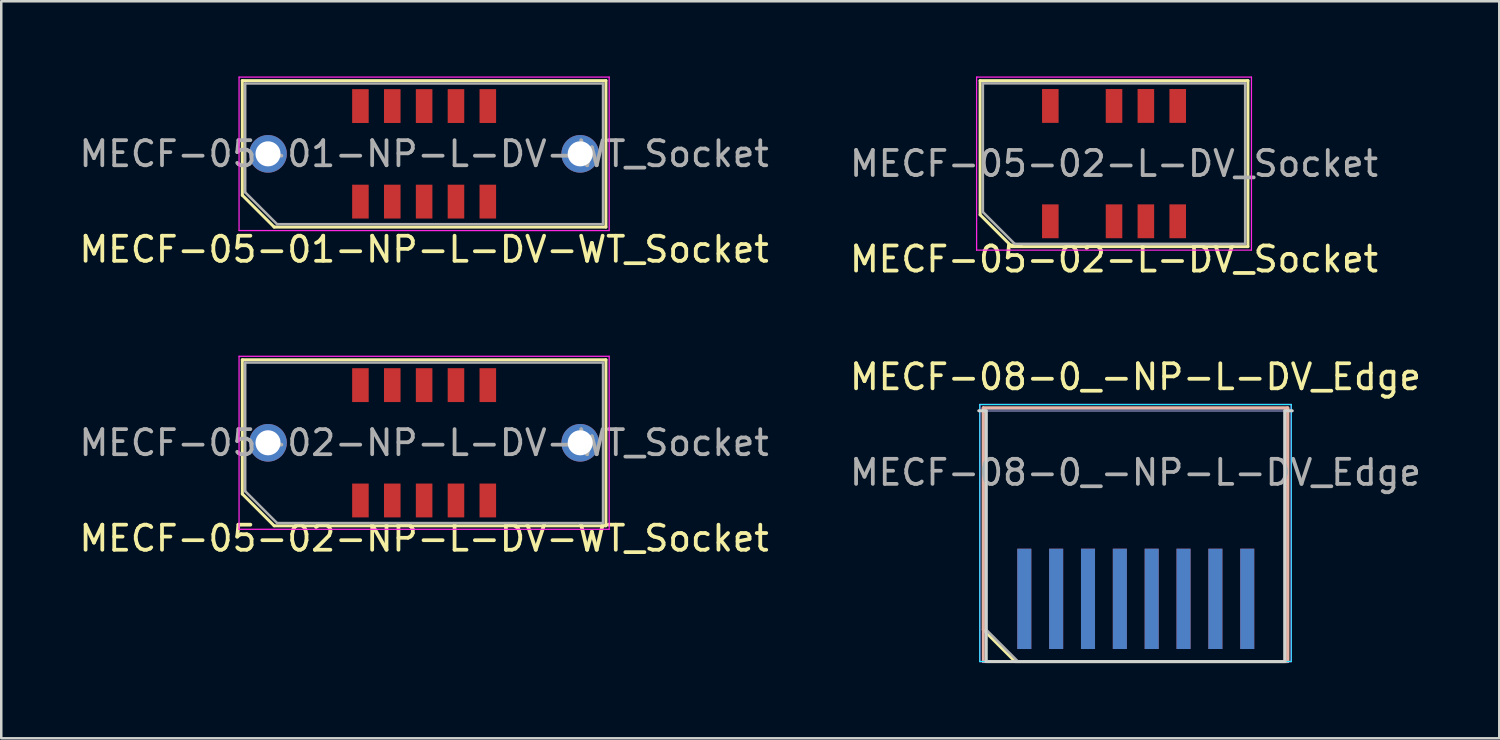
<source format=kicad_pcb>
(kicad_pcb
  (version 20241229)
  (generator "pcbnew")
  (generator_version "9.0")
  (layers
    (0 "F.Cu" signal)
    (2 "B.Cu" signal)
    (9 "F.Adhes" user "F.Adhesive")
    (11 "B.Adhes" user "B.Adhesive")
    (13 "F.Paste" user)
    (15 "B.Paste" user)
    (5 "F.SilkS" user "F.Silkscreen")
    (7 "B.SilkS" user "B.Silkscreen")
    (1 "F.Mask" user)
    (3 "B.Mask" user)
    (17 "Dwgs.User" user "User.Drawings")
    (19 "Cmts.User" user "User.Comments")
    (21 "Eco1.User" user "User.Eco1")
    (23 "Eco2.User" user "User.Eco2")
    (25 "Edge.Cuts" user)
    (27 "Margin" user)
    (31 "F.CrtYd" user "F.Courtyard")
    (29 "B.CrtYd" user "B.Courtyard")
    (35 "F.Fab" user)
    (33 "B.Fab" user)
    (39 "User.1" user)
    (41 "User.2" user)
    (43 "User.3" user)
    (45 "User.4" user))
  (footprint "MECF-05-02-L-DV_Socket"
    (layer "F.Cu")
    (at 41.375 3.475)
    (property "Reference" "MECF-05-02-L-DV_Socket" (at 0 3.81 0) (layer "F.SilkS") (effects (font (size 1 1) (thickness 0.15))))
    (attr smd)
    (fp_line (start -5.34 -3.31) (end 5.34 -3.31) (stroke (width 0.12) (type solid)) (layer "F.SilkS"))
    (fp_line (start -5.34 2.04) (end -5.34 -3.31) (stroke (width 0.12) (type solid)) (layer "F.SilkS"))
    (fp_line (start -4.07 3.31) (end -5.34 2.04) (stroke (width 0.12) (type solid)) (layer "F.SilkS"))
    (fp_line (start -4.07 3.31) (end 5.34 3.31) (stroke (width 0.12) (type solid)) (layer "F.SilkS"))
    (fp_line (start 5.34 3.31) (end 5.34 -3.31) (stroke (width 0.12) (type solid)) (layer "F.SilkS"))
    (fp_line (start -5.48 -3.45) (end -5.48 3.45) (stroke (width 0.05) (type solid)) (layer "F.CrtYd"))
    (fp_line (start -5.48 3.45) (end 5.48 3.45) (stroke (width 0.05) (type solid)) (layer "F.CrtYd"))
    (fp_line (start 5.48 -3.45) (end -5.48 -3.45) (stroke (width 0.05) (type solid)) (layer "F.CrtYd"))
    (fp_line (start 5.48 3.45) (end 5.48 -3.45) (stroke (width 0.05) (type solid)) (layer "F.CrtYd"))
    (fp_line (start -5.23 -3.2) (end 5.23 -3.2) (stroke (width 0.1) (type solid)) (layer "F.Fab"))
    (fp_line (start -5.23 1.93) (end -5.23 -3.2) (stroke (width 0.1) (type solid)) (layer "F.Fab"))
    (fp_line (start -5.23 1.93) (end -3.96 3.2) (stroke (width 0.1) (type solid)) (layer "F.Fab"))
    (fp_line (start -3.96 3.2) (end 5.23 3.2) (stroke (width 0.1) (type solid)) (layer "F.Fab"))
    (fp_line (start 5.23 3.2) (end 5.23 -3.2) (stroke (width 0.1) (type solid)) (layer "F.Fab"))
    (fp_text user "${REFERENCE}" (at 0 0 0) (layer "F.Fab") (effects (font (size 1 1) (thickness 0.15))))
    (pad "" np_thru_hole circle (at -4.32 0) (size 0.001 0.001) (drill 1.45) (layers "*.Cu" "*.Mask"))
    (pad "" np_thru_hole circle (at 4.32 1) (size 0.001 0.001) (drill 1.45) (layers "*.Cu" "*.Mask"))
    (pad "1" smd rect (at -2.54 2.3) (size 0.66 1.35) (layers "F.Cu" "F.Mask" "F.Paste"))
    (pad "2" smd rect (at -2.54 -2.3) (size 0.66 1.35) (layers "F.Cu" "F.Mask" "F.Paste"))
    (pad "5" smd rect (at 0 2.3) (size 0.66 1.35) (layers "F.Cu" "F.Mask" "F.Paste"))
    (pad "6" smd rect (at 0 -2.3) (size 0.66 1.35) (layers "F.Cu" "F.Mask" "F.Paste"))
    (pad "7" smd rect (at 1.27 2.3) (size 0.66 1.35) (layers "F.Cu" "F.Mask" "F.Paste"))
    (pad "8" smd rect (at 1.27 -2.3) (size 0.66 1.35) (layers "F.Cu" "F.Mask" "F.Paste"))
    (pad "9" smd rect (at 2.54 2.3) (size 0.66 1.35) (layers "F.Cu" "F.Mask" "F.Paste"))
    (pad "10" smd rect (at 2.54 -2.3) (size 0.66 1.35) (layers "F.Cu" "F.Mask" "F.Paste")))
  (footprint "MECF-05-02-NP-L-DV-WT_Socket"
    (layer "F.Cu")
    (at 13.863 14.608)
    (property "Reference" "MECF-05-02-NP-L-DV-WT_Socket" (at 0 3.81 0) (layer "F.SilkS") (effects (font (size 1 1) (thickness 0.15))))
    (attr smd)
    (fp_line (start -7.25 -3.31) (end 7.25 -3.31) (stroke (width 0.12) (type solid)) (layer "F.SilkS"))
    (fp_line (start -7.25 2.04) (end -7.25 -3.31) (stroke (width 0.12) (type solid)) (layer "F.SilkS"))
    (fp_line (start -5.98 3.31) (end -7.25 2.04) (stroke (width 0.12) (type solid)) (layer "F.SilkS"))
    (fp_line (start -5.98 3.31) (end 7.25 3.31) (stroke (width 0.12) (type solid)) (layer "F.SilkS"))
    (fp_line (start 7.25 3.31) (end 7.25 -3.31) (stroke (width 0.12) (type solid)) (layer "F.SilkS"))
    (fp_line (start -7.38 -3.45) (end -7.38 3.45) (stroke (width 0.05) (type solid)) (layer "F.CrtYd"))
    (fp_line (start -7.38 3.45) (end 7.38 3.45) (stroke (width 0.05) (type solid)) (layer "F.CrtYd"))
    (fp_line (start 7.38 -3.45) (end -7.38 -3.45) (stroke (width 0.05) (type solid)) (layer "F.CrtYd"))
    (fp_line (start 7.38 3.45) (end 7.38 -3.45) (stroke (width 0.05) (type solid)) (layer "F.CrtYd"))
    (fp_line (start -7.135 -3.2) (end 7.135 -3.2) (stroke (width 0.1) (type solid)) (layer "F.Fab"))
    (fp_line (start -7.135 1.93) (end -7.135 -3.2) (stroke (width 0.1) (type solid)) (layer "F.Fab"))
    (fp_line (start -7.135 1.93) (end -5.865 3.2) (stroke (width 0.1) (type solid)) (layer "F.Fab"))
    (fp_line (start -5.865 3.2) (end 7.135 3.2) (stroke (width 0.1) (type solid)) (layer "F.Fab"))
    (fp_line (start 7.135 3.2) (end 7.135 -3.2) (stroke (width 0.1) (type solid)) (layer "F.Fab"))
    (fp_text user "${REFERENCE}" (at 0 0 0) (layer "F.Fab") (effects (font (size 1 1) (thickness 0.15))))
    (pad "" thru_hole circle (at -6.225 0) (size 1.5 1.5) (drill 1) (layers "*.Cu" "*.Mask"))
    (pad "" np_thru_hole circle (at -4.32 0) (size 0.001 0.001) (drill 1.45) (layers "*.Cu" "*.Mask"))
    (pad "" np_thru_hole circle (at 4.32 1) (size 0.001 0.001) (drill 1.45) (layers "*.Cu" "*.Mask"))
    (pad "" thru_hole circle (at 6.225 0) (size 1.5 1.5) (drill 1) (layers "*.Cu" "*.Mask"))
    (pad "1" smd rect (at -2.54 2.3) (size 0.66 1.35) (layers "F.Cu" "F.Mask" "F.Paste"))
    (pad "2" smd rect (at -2.54 -2.3) (size 0.66 1.35) (layers "F.Cu" "F.Mask" "F.Paste"))
    (pad "3" smd rect (at -1.27 2.3) (size 0.66 1.35) (layers "F.Cu" "F.Mask" "F.Paste"))
    (pad "4" smd rect (at -1.27 -2.3) (size 0.66 1.35) (layers "F.Cu" "F.Mask" "F.Paste"))
    (pad "5" smd rect (at 0 2.3) (size 0.66 1.35) (layers "F.Cu" "F.Mask" "F.Paste"))
    (pad "6" smd rect (at 0 -2.3) (size 0.66 1.35) (layers "F.Cu" "F.Mask" "F.Paste"))
    (pad "7" smd rect (at 1.27 2.3) (size 0.66 1.35) (layers "F.Cu" "F.Mask" "F.Paste"))
    (pad "8" smd rect (at 1.27 -2.3) (size 0.66 1.35) (layers "F.Cu" "F.Mask" "F.Paste"))
    (pad "9" smd rect (at 2.54 2.3) (size 0.66 1.35) (layers "F.Cu" "F.Mask" "F.Paste"))
    (pad "10" smd rect (at 2.54 -2.3) (size 0.66 1.35) (layers "F.Cu" "F.Mask" "F.Paste")))
  (footprint "MECF-05-01-NP-L-DV-WT_Socket"
    (layer "F.Cu")
    (at 13.863 3.085)
    (property "Reference" "MECF-05-01-NP-L-DV-WT_Socket" (at 0 3.81 0) (layer "F.SilkS") (effects (font (size 1 1) (thickness 0.15))))
    (attr smd)
    (fp_line (start -7.25 -2.92) (end 7.25 -2.92) (stroke (width 0.12) (type solid)) (layer "F.SilkS"))
    (fp_line (start -7.25 1.65) (end -7.25 -2.92) (stroke (width 0.12) (type solid)) (layer "F.SilkS"))
    (fp_line (start -5.98 2.92) (end -7.25 1.65) (stroke (width 0.12) (type solid)) (layer "F.SilkS"))
    (fp_line (start -5.98 2.92) (end 7.25 2.92) (stroke (width 0.12) (type solid)) (layer "F.SilkS"))
    (fp_line (start 7.25 2.92) (end 7.25 -2.92) (stroke (width 0.12) (type solid)) (layer "F.SilkS"))
    (fp_line (start -7.38 -3.06) (end -7.38 3.06) (stroke (width 0.05) (type solid)) (layer "F.CrtYd"))
    (fp_line (start -7.38 3.06) (end 7.38 3.06) (stroke (width 0.05) (type solid)) (layer "F.CrtYd"))
    (fp_line (start 7.38 -3.06) (end -7.38 -3.06) (stroke (width 0.05) (type solid)) (layer "F.CrtYd"))
    (fp_line (start 7.38 3.06) (end 7.38 -3.06) (stroke (width 0.05) (type solid)) (layer "F.CrtYd"))
    (fp_line (start -7.135 -2.805) (end 7.135 -2.805) (stroke (width 0.1) (type solid)) (layer "F.Fab"))
    (fp_line (start -7.135 1.535) (end -7.135 -2.805) (stroke (width 0.1) (type solid)) (layer "F.Fab"))
    (fp_line (start -7.135 1.535) (end -5.865 2.805) (stroke (width 0.1) (type solid)) (layer "F.Fab"))
    (fp_line (start -5.865 2.805) (end 7.135 2.805) (stroke (width 0.1) (type solid)) (layer "F.Fab"))
    (fp_line (start 7.135 2.805) (end 7.135 -2.805) (stroke (width 0.1) (type solid)) (layer "F.Fab"))
    (fp_text user "${REFERENCE}" (at 0 0 0) (layer "F.Fab") (effects (font (size 1 1) (thickness 0.15))))
    (pad "" thru_hole circle (at -6.225 0) (size 1.5 1.5) (drill 1) (layers "*.Cu" "*.Mask"))
    (pad "" np_thru_hole circle (at -4.32 0) (size 0.001 0.001) (drill 1.45) (layers "*.Cu" "*.Mask"))
    (pad "" np_thru_hole circle (at 4.32 1) (size 0.001 0.001) (drill 1.45) (layers "*.Cu" "*.Mask"))
    (pad "" thru_hole circle (at 6.225 0) (size 1.5 1.5) (drill 1) (layers "*.Cu" "*.Mask"))
    (pad "1" smd rect (at -2.54 1.905) (size 0.66 1.35) (layers "F.Cu" "F.Mask" "F.Paste"))
    (pad "2" smd rect (at -2.54 -1.905) (size 0.66 1.35) (layers "F.Cu" "F.Mask" "F.Paste"))
    (pad "3" smd rect (at -1.27 1.905) (size 0.66 1.35) (layers "F.Cu" "F.Mask" "F.Paste"))
    (pad "4" smd rect (at -1.27 -1.905) (size 0.66 1.35) (layers "F.Cu" "F.Mask" "F.Paste"))
    (pad "5" smd rect (at 0 1.905) (size 0.66 1.35) (layers "F.Cu" "F.Mask" "F.Paste"))
    (pad "6" smd rect (at 0 -1.905) (size 0.66 1.35) (layers "F.Cu" "F.Mask" "F.Paste"))
    (pad "7" smd rect (at 1.27 1.905) (size 0.66 1.35) (layers "F.Cu" "F.Mask" "F.Paste"))
    (pad "8" smd rect (at 1.27 -1.905) (size 0.66 1.35) (layers "F.Cu" "F.Mask" "F.Paste"))
    (pad "9" smd rect (at 2.54 1.905) (size 0.66 1.35) (layers "F.Cu" "F.Mask" "F.Paste"))
    (pad "10" smd rect (at 2.54 -1.905) (size 0.66 1.35) (layers "F.Cu" "F.Mask" "F.Paste")))
  (footprint "MECF-08-0_-NP-L-DV_Edge"
    (layer "F.Cu")
    (at 42.232 18.331)
    (property "Reference" "MECF-08-0_-NP-L-DV_Edge" (at 0 -6.35 0) (layer "F.SilkS") (effects (font (size 1 1) (thickness 0.15))))
    (attr exclude_from_pos_files exclude_from_bom)
    (fp_line (start -6.07 -5.11) (end 6.07 -5.11) (stroke (width 0.12) (type solid)) (layer "F.SilkS"))
    (fp_line (start -6.07 3.73) (end -6.07 -5.11) (stroke (width 0.12) (type solid)) (layer "F.SilkS"))
    (fp_line (start -4.8 5) (end -6.07 3.73) (stroke (width 0.12) (type solid)) (layer "F.SilkS"))
    (fp_line (start -4.8 5) (end 6.07 5) (stroke (width 0.12) (type solid)) (layer "F.SilkS"))
    (fp_line (start 6.07 5) (end 6.07 -5.11) (stroke (width 0.12) (type solid)) (layer "F.SilkS"))
    (fp_line (start -6.07 -5.11) (end 6.07 -5.11) (stroke (width 0.12) (type solid)) (layer "B.SilkS"))
    (fp_line (start -6.07 5) (end -6.07 -5.11) (stroke (width 0.12) (type solid)) (layer "B.SilkS"))
    (fp_line (start -6.07 5) (end 6.07 5) (stroke (width 0.12) (type solid)) (layer "B.SilkS"))
    (fp_line (start 6.07 5) (end 6.07 -5.11) (stroke (width 0.12) (type solid)) (layer "B.SilkS"))
    (fp_line (start -6.25 -5) (end -5.955 -5) (stroke (width 0.12) (type solid)) (layer "Edge.Cuts"))
    (fp_line (start -5.955 5) (end -5.955 -5) (stroke (width 0.12) (type solid)) (layer "Edge.Cuts"))
    (fp_line (start -5.955 5) (end 5.955 5) (stroke (width 0.12) (type solid)) (layer "Edge.Cuts"))
    (fp_line (start 5.955 5) (end 5.955 -5) (stroke (width 0.12) (type solid)) (layer "Edge.Cuts"))
    (fp_line (start 6.25 -5) (end 5.955 -5) (stroke (width 0.12) (type solid)) (layer "Edge.Cuts"))
    (fp_line (start -6.21 -5.25) (end -6.21 5) (stroke (width 0.05) (type solid)) (layer "B.CrtYd"))
    (fp_line (start -6.21 5) (end 6.21 5) (stroke (width 0.05) (type solid)) (layer "B.CrtYd"))
    (fp_line (start 6.21 -5.25) (end -6.21 -5.25) (stroke (width 0.05) (type solid)) (layer "B.CrtYd"))
    (fp_line (start 6.21 5) (end 6.21 -5.25) (stroke (width 0.05) (type solid)) (layer "B.CrtYd"))
    (fp_line (start -6.21 -5.25) (end -6.21 5) (stroke (width 0.05) (type solid)) (layer "F.CrtYd"))
    (fp_line (start -6.21 5) (end 6.21 5) (stroke (width 0.05) (type solid)) (layer "F.CrtYd"))
    (fp_line (start 6.21 -5.25) (end -6.21 -5.25) (stroke (width 0.05) (type solid)) (layer "F.CrtYd"))
    (fp_line (start 6.21 5) (end 6.21 -5.25) (stroke (width 0.05) (type solid)) (layer "F.CrtYd"))
    (fp_line (start -5.955 -5) (end 5.955 -5) (stroke (width 0.1) (type solid)) (layer "B.Fab"))
    (fp_line (start -5.955 5) (end -5.955 -5) (stroke (width 0.1) (type solid)) (layer "B.Fab"))
    (fp_line (start -5.955 5) (end 5.955 5) (stroke (width 0.1) (type solid)) (layer "B.Fab"))
    (fp_line (start 5.955 5) (end 5.955 -5) (stroke (width 0.1) (type solid)) (layer "B.Fab"))
    (fp_line (start -5.955 -5) (end 5.955 -5) (stroke (width 0.1) (type solid)) (layer "F.Fab"))
    (fp_line (start -5.955 3.73) (end -5.955 -5) (stroke (width 0.1) (type solid)) (layer "F.Fab"))
    (fp_line (start -5.955 3.73) (end -4.685 5) (stroke (width 0.1) (type solid)) (layer "F.Fab"))
    (fp_line (start -4.685 5) (end 5.955 5) (stroke (width 0.1) (type solid)) (layer "F.Fab"))
    (fp_line (start 5.955 5) (end 5.955 -5) (stroke (width 0.1) (type solid)) (layer "F.Fab"))
    (fp_text user "${REFERENCE}" (at 0 -2.54 0) (layer "F.Fab") (effects (font (size 1 1) (thickness 0.15))))
    (pad "1" smd rect (at -4.435 2.5) (size 0.56 4) (layers "F.Cu" "F.Mask" "F.Paste"))
    (pad "2" smd rect (at -4.435 2.5) (size 0.56 4) (layers "B.Cu" "B.Mask" "B.Paste"))
    (pad "3" smd rect (at -3.165 2.5) (size 0.56 4) (layers "F.Cu" "F.Mask" "F.Paste"))
    (pad "4" smd rect (at -3.165 2.5) (size 0.56 4) (layers "B.Cu" "B.Mask" "B.Paste"))
    (pad "5" smd rect (at -1.895 2.5) (size 0.56 4) (layers "F.Cu" "F.Mask" "F.Paste"))
    (pad "6" smd rect (at -1.895 2.5) (size 0.56 4) (layers "B.Cu" "B.Mask" "B.Paste"))
    (pad "7" smd rect (at -0.625 2.5) (size 0.56 4) (layers "F.Cu" "F.Mask" "F.Paste"))
    (pad "8" smd rect (at -0.625 2.5) (size 0.56 4) (layers "B.Cu" "B.Mask" "B.Paste"))
    (pad "9" smd rect (at 0.645 2.5) (size 0.56 4) (layers "F.Cu" "F.Mask" "F.Paste"))
    (pad "10" smd rect (at 0.645 2.5) (size 0.56 4) (layers "B.Cu" "B.Mask" "B.Paste"))
    (pad "11" smd rect (at 1.915 2.5) (size 0.56 4) (layers "F.Cu" "F.Mask" "F.Paste"))
    (pad "12" smd rect (at 1.915 2.5) (size 0.56 4) (layers "B.Cu" "B.Mask" "B.Paste"))
    (pad "13" smd rect (at 3.185 2.5) (size 0.56 4) (layers "F.Cu" "F.Mask" "F.Paste"))
    (pad "14" smd rect (at 3.185 2.5) (size 0.56 4) (layers "B.Cu" "B.Mask" "B.Paste"))
    (pad "15" smd rect (at 4.455 2.5) (size 0.56 4) (layers "F.Cu" "F.Mask" "F.Paste"))
    (pad "16" smd rect (at 4.455 2.5) (size 0.56 4) (layers "B.Cu" "B.Mask" "B.Paste")))
  (gr_rect
    (start -3 -3)
    (end 56.738 26.392)
    (stroke (width 0.1) (type default))
    (fill no)
    (layer "Edge.Cuts")))
</source>
